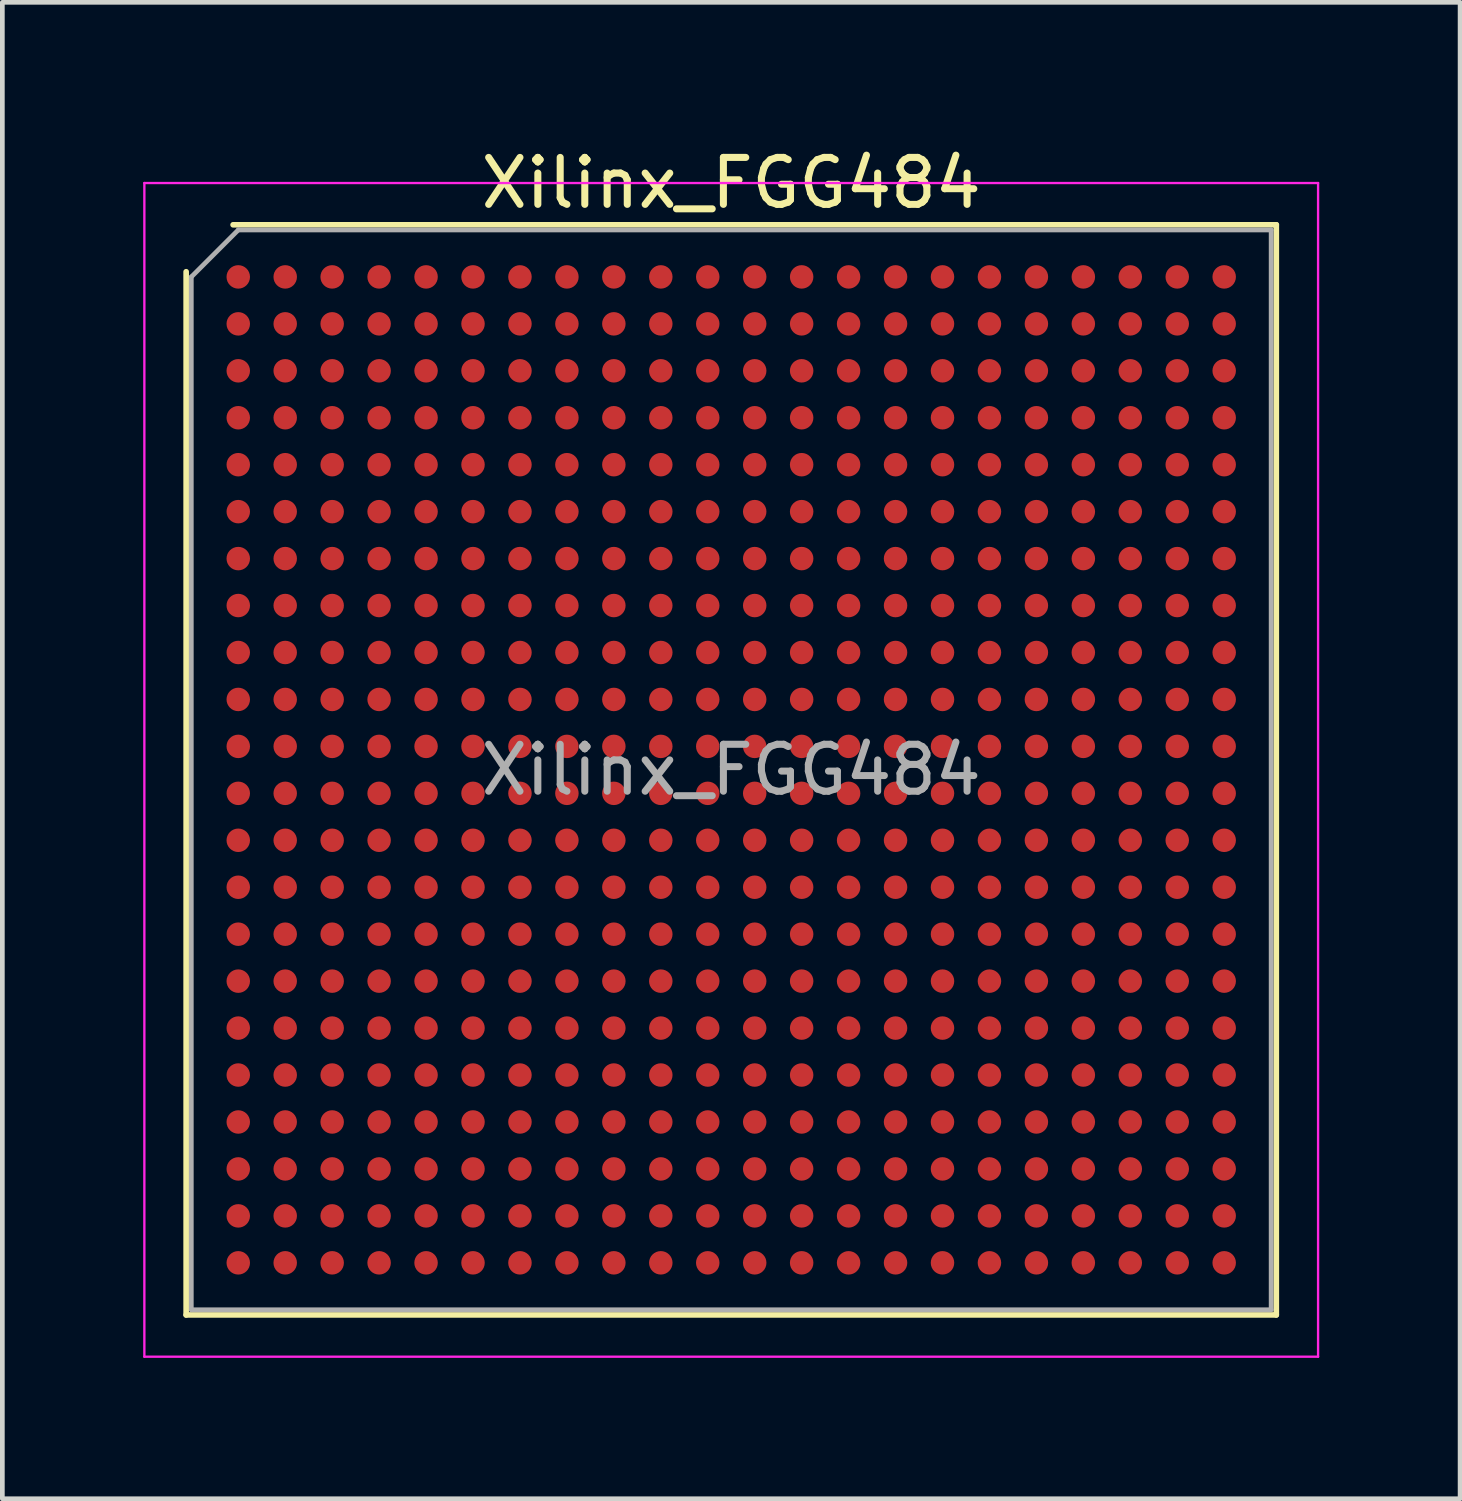
<source format=kicad_pcb>
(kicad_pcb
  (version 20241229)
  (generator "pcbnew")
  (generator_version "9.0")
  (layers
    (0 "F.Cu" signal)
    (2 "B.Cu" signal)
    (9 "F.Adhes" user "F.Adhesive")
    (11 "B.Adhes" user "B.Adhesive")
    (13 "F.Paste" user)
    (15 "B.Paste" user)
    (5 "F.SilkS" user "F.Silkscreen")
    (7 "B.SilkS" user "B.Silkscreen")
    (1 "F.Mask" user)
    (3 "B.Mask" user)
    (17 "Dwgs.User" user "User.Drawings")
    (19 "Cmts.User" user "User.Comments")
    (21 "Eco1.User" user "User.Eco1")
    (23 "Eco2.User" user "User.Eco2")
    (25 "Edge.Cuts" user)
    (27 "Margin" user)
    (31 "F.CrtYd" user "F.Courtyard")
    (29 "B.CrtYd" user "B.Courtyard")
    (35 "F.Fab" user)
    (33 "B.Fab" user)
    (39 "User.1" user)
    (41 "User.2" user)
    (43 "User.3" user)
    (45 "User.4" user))
  (footprint "Xilinx_FGG484"
    (layer "F.Cu")
    (at 12.525 13.348)
    (property "Reference" "Xilinx_FGG484" (at 0 -12.5 0) (layer "F.SilkS") (effects (font (size 1 1) (thickness 0.15))))
    (attr smd)
    (fp_line (start -11.61 11.61) (end -11.61 -10.61) (stroke (width 0.12) (type solid)) (layer "F.SilkS"))
    (fp_line (start -10.61 -11.61) (end 11.61 -11.61) (stroke (width 0.12) (type solid)) (layer "F.SilkS"))
    (fp_line (start 11.61 -11.61) (end 11.61 11.61) (stroke (width 0.12) (type solid)) (layer "F.SilkS"))
    (fp_line (start 11.61 11.61) (end -11.61 11.61) (stroke (width 0.12) (type solid)) (layer "F.SilkS"))
    (fp_line (start -12.5 -12.5) (end -12.5 12.5) (stroke (width 0.05) (type solid)) (layer "F.CrtYd"))
    (fp_line (start -12.5 12.5) (end 12.5 12.5) (stroke (width 0.05) (type solid)) (layer "F.CrtYd"))
    (fp_line (start 12.5 -12.5) (end -12.5 -12.5) (stroke (width 0.05) (type solid)) (layer "F.CrtYd"))
    (fp_line (start 12.5 12.5) (end 12.5 -12.5) (stroke (width 0.05) (type solid)) (layer "F.CrtYd"))
    (fp_line (start -11.5 -10.5) (end -10.5 -11.5) (stroke (width 0.1) (type solid)) (layer "F.Fab"))
    (fp_line (start -11.5 11.5) (end -11.5 -10.5) (stroke (width 0.1) (type solid)) (layer "F.Fab"))
    (fp_line (start -10.5 -11.5) (end 11.5 -11.5) (stroke (width 0.1) (type solid)) (layer "F.Fab"))
    (fp_line (start 11.5 -11.5) (end 11.5 11.5) (stroke (width 0.1) (type solid)) (layer "F.Fab"))
    (fp_line (start 11.5 11.5) (end -11.5 11.5) (stroke (width 0.1) (type solid)) (layer "F.Fab"))
    (fp_text user "${REFERENCE}" (at 0 0 0) (layer "F.Fab") (effects (font (size 1 1) (thickness 0.15))))
    (pad "A1" smd circle (at -10.5 -10.5) (size 0.5 0.5) (layers "F.Cu" "F.Mask" "F.Paste"))
    (pad "A2" smd circle (at -9.5 -10.5) (size 0.5 0.5) (layers "F.Cu" "F.Mask" "F.Paste"))
    (pad "A3" smd circle (at -8.5 -10.5) (size 0.5 0.5) (layers "F.Cu" "F.Mask" "F.Paste"))
    (pad "A4" smd circle (at -7.5 -10.5) (size 0.5 0.5) (layers "F.Cu" "F.Mask" "F.Paste"))
    (pad "A5" smd circle (at -6.5 -10.5) (size 0.5 0.5) (layers "F.Cu" "F.Mask" "F.Paste"))
    (pad "A6" smd circle (at -5.5 -10.5) (size 0.5 0.5) (layers "F.Cu" "F.Mask" "F.Paste"))
    (pad "A7" smd circle (at -4.5 -10.5) (size 0.5 0.5) (layers "F.Cu" "F.Mask" "F.Paste"))
    (pad "A8" smd circle (at -3.5 -10.5) (size 0.5 0.5) (layers "F.Cu" "F.Mask" "F.Paste"))
    (pad "A9" smd circle (at -2.5 -10.5) (size 0.5 0.5) (layers "F.Cu" "F.Mask" "F.Paste"))
    (pad "A10" smd circle (at -1.5 -10.5) (size 0.5 0.5) (layers "F.Cu" "F.Mask" "F.Paste"))
    (pad "A11" smd circle (at -0.5 -10.5) (size 0.5 0.5) (layers "F.Cu" "F.Mask" "F.Paste"))
    (pad "A12" smd circle (at 0.5 -10.5) (size 0.5 0.5) (layers "F.Cu" "F.Mask" "F.Paste"))
    (pad "A13" smd circle (at 1.5 -10.5) (size 0.5 0.5) (layers "F.Cu" "F.Mask" "F.Paste"))
    (pad "A14" smd circle (at 2.5 -10.5) (size 0.5 0.5) (layers "F.Cu" "F.Mask" "F.Paste"))
    (pad "A15" smd circle (at 3.5 -10.5) (size 0.5 0.5) (layers "F.Cu" "F.Mask" "F.Paste"))
    (pad "A16" smd circle (at 4.5 -10.5) (size 0.5 0.5) (layers "F.Cu" "F.Mask" "F.Paste"))
    (pad "A17" smd circle (at 5.5 -10.5) (size 0.5 0.5) (layers "F.Cu" "F.Mask" "F.Paste"))
    (pad "A18" smd circle (at 6.5 -10.5) (size 0.5 0.5) (layers "F.Cu" "F.Mask" "F.Paste"))
    (pad "A19" smd circle (at 7.5 -10.5) (size 0.5 0.5) (layers "F.Cu" "F.Mask" "F.Paste"))
    (pad "A20" smd circle (at 8.5 -10.5) (size 0.5 0.5) (layers "F.Cu" "F.Mask" "F.Paste"))
    (pad "A21" smd circle (at 9.5 -10.5) (size 0.5 0.5) (layers "F.Cu" "F.Mask" "F.Paste"))
    (pad "A22" smd circle (at 10.5 -10.5) (size 0.5 0.5) (layers "F.Cu" "F.Mask" "F.Paste"))
    (pad "AA1" smd circle (at -10.5 9.5) (size 0.5 0.5) (layers "F.Cu" "F.Mask" "F.Paste"))
    (pad "AA2" smd circle (at -9.5 9.5) (size 0.5 0.5) (layers "F.Cu" "F.Mask" "F.Paste"))
    (pad "AA3" smd circle (at -8.5 9.5) (size 0.5 0.5) (layers "F.Cu" "F.Mask" "F.Paste"))
    (pad "AA4" smd circle (at -7.5 9.5) (size 0.5 0.5) (layers "F.Cu" "F.Mask" "F.Paste"))
    (pad "AA5" smd circle (at -6.5 9.5) (size 0.5 0.5) (layers "F.Cu" "F.Mask" "F.Paste"))
    (pad "AA6" smd circle (at -5.5 9.5) (size 0.5 0.5) (layers "F.Cu" "F.Mask" "F.Paste"))
    (pad "AA7" smd circle (at -4.5 9.5) (size 0.5 0.5) (layers "F.Cu" "F.Mask" "F.Paste"))
    (pad "AA8" smd circle (at -3.5 9.5) (size 0.5 0.5) (layers "F.Cu" "F.Mask" "F.Paste"))
    (pad "AA9" smd circle (at -2.5 9.5) (size 0.5 0.5) (layers "F.Cu" "F.Mask" "F.Paste"))
    (pad "AA10" smd circle (at -1.5 9.5) (size 0.5 0.5) (layers "F.Cu" "F.Mask" "F.Paste"))
    (pad "AA11" smd circle (at -0.5 9.5) (size 0.5 0.5) (layers "F.Cu" "F.Mask" "F.Paste"))
    (pad "AA12" smd circle (at 0.5 9.5) (size 0.5 0.5) (layers "F.Cu" "F.Mask" "F.Paste"))
    (pad "AA13" smd circle (at 1.5 9.5) (size 0.5 0.5) (layers "F.Cu" "F.Mask" "F.Paste"))
    (pad "AA14" smd circle (at 2.5 9.5) (size 0.5 0.5) (layers "F.Cu" "F.Mask" "F.Paste"))
    (pad "AA15" smd circle (at 3.5 9.5) (size 0.5 0.5) (layers "F.Cu" "F.Mask" "F.Paste"))
    (pad "AA16" smd circle (at 4.5 9.5) (size 0.5 0.5) (layers "F.Cu" "F.Mask" "F.Paste"))
    (pad "AA17" smd circle (at 5.5 9.5) (size 0.5 0.5) (layers "F.Cu" "F.Mask" "F.Paste"))
    (pad "AA18" smd circle (at 6.5 9.5) (size 0.5 0.5) (layers "F.Cu" "F.Mask" "F.Paste"))
    (pad "AA19" smd circle (at 7.5 9.5) (size 0.5 0.5) (layers "F.Cu" "F.Mask" "F.Paste"))
    (pad "AA20" smd circle (at 8.5 9.5) (size 0.5 0.5) (layers "F.Cu" "F.Mask" "F.Paste"))
    (pad "AA21" smd circle (at 9.5 9.5) (size 0.5 0.5) (layers "F.Cu" "F.Mask" "F.Paste"))
    (pad "AA22" smd circle (at 10.5 9.5) (size 0.5 0.5) (layers "F.Cu" "F.Mask" "F.Paste"))
    (pad "AB1" smd circle (at -10.5 10.5) (size 0.5 0.5) (layers "F.Cu" "F.Mask" "F.Paste"))
    (pad "AB2" smd circle (at -9.5 10.5) (size 0.5 0.5) (layers "F.Cu" "F.Mask" "F.Paste"))
    (pad "AB3" smd circle (at -8.5 10.5) (size 0.5 0.5) (layers "F.Cu" "F.Mask" "F.Paste"))
    (pad "AB4" smd circle (at -7.5 10.5) (size 0.5 0.5) (layers "F.Cu" "F.Mask" "F.Paste"))
    (pad "AB5" smd circle (at -6.5 10.5) (size 0.5 0.5) (layers "F.Cu" "F.Mask" "F.Paste"))
    (pad "AB6" smd circle (at -5.5 10.5) (size 0.5 0.5) (layers "F.Cu" "F.Mask" "F.Paste"))
    (pad "AB7" smd circle (at -4.5 10.5) (size 0.5 0.5) (layers "F.Cu" "F.Mask" "F.Paste"))
    (pad "AB8" smd circle (at -3.5 10.5) (size 0.5 0.5) (layers "F.Cu" "F.Mask" "F.Paste"))
    (pad "AB9" smd circle (at -2.5 10.5) (size 0.5 0.5) (layers "F.Cu" "F.Mask" "F.Paste"))
    (pad "AB10" smd circle (at -1.5 10.5) (size 0.5 0.5) (layers "F.Cu" "F.Mask" "F.Paste"))
    (pad "AB11" smd circle (at -0.5 10.5) (size 0.5 0.5) (layers "F.Cu" "F.Mask" "F.Paste"))
    (pad "AB12" smd circle (at 0.5 10.5) (size 0.5 0.5) (layers "F.Cu" "F.Mask" "F.Paste"))
    (pad "AB13" smd circle (at 1.5 10.5) (size 0.5 0.5) (layers "F.Cu" "F.Mask" "F.Paste"))
    (pad "AB14" smd circle (at 2.5 10.5) (size 0.5 0.5) (layers "F.Cu" "F.Mask" "F.Paste"))
    (pad "AB15" smd circle (at 3.5 10.5) (size 0.5 0.5) (layers "F.Cu" "F.Mask" "F.Paste"))
    (pad "AB16" smd circle (at 4.5 10.5) (size 0.5 0.5) (layers "F.Cu" "F.Mask" "F.Paste"))
    (pad "AB17" smd circle (at 5.5 10.5) (size 0.5 0.5) (layers "F.Cu" "F.Mask" "F.Paste"))
    (pad "AB18" smd circle (at 6.5 10.5) (size 0.5 0.5) (layers "F.Cu" "F.Mask" "F.Paste"))
    (pad "AB19" smd circle (at 7.5 10.5) (size 0.5 0.5) (layers "F.Cu" "F.Mask" "F.Paste"))
    (pad "AB20" smd circle (at 8.5 10.5) (size 0.5 0.5) (layers "F.Cu" "F.Mask" "F.Paste"))
    (pad "AB21" smd circle (at 9.5 10.5) (size 0.5 0.5) (layers "F.Cu" "F.Mask" "F.Paste"))
    (pad "AB22" smd circle (at 10.5 10.5) (size 0.5 0.5) (layers "F.Cu" "F.Mask" "F.Paste"))
    (pad "B1" smd circle (at -10.5 -9.5) (size 0.5 0.5) (layers "F.Cu" "F.Mask" "F.Paste"))
    (pad "B2" smd circle (at -9.5 -9.5) (size 0.5 0.5) (layers "F.Cu" "F.Mask" "F.Paste"))
    (pad "B3" smd circle (at -8.5 -9.5) (size 0.5 0.5) (layers "F.Cu" "F.Mask" "F.Paste"))
    (pad "B4" smd circle (at -7.5 -9.5) (size 0.5 0.5) (layers "F.Cu" "F.Mask" "F.Paste"))
    (pad "B5" smd circle (at -6.5 -9.5) (size 0.5 0.5) (layers "F.Cu" "F.Mask" "F.Paste"))
    (pad "B6" smd circle (at -5.5 -9.5) (size 0.5 0.5) (layers "F.Cu" "F.Mask" "F.Paste"))
    (pad "B7" smd circle (at -4.5 -9.5) (size 0.5 0.5) (layers "F.Cu" "F.Mask" "F.Paste"))
    (pad "B8" smd circle (at -3.5 -9.5) (size 0.5 0.5) (layers "F.Cu" "F.Mask" "F.Paste"))
    (pad "B9" smd circle (at -2.5 -9.5) (size 0.5 0.5) (layers "F.Cu" "F.Mask" "F.Paste"))
    (pad "B10" smd circle (at -1.5 -9.5) (size 0.5 0.5) (layers "F.Cu" "F.Mask" "F.Paste"))
    (pad "B11" smd circle (at -0.5 -9.5) (size 0.5 0.5) (layers "F.Cu" "F.Mask" "F.Paste"))
    (pad "B12" smd circle (at 0.5 -9.5) (size 0.5 0.5) (layers "F.Cu" "F.Mask" "F.Paste"))
    (pad "B13" smd circle (at 1.5 -9.5) (size 0.5 0.5) (layers "F.Cu" "F.Mask" "F.Paste"))
    (pad "B14" smd circle (at 2.5 -9.5) (size 0.5 0.5) (layers "F.Cu" "F.Mask" "F.Paste"))
    (pad "B15" smd circle (at 3.5 -9.5) (size 0.5 0.5) (layers "F.Cu" "F.Mask" "F.Paste"))
    (pad "B16" smd circle (at 4.5 -9.5) (size 0.5 0.5) (layers "F.Cu" "F.Mask" "F.Paste"))
    (pad "B17" smd circle (at 5.5 -9.5) (size 0.5 0.5) (layers "F.Cu" "F.Mask" "F.Paste"))
    (pad "B18" smd circle (at 6.5 -9.5) (size 0.5 0.5) (layers "F.Cu" "F.Mask" "F.Paste"))
    (pad "B19" smd circle (at 7.5 -9.5) (size 0.5 0.5) (layers "F.Cu" "F.Mask" "F.Paste"))
    (pad "B20" smd circle (at 8.5 -9.5) (size 0.5 0.5) (layers "F.Cu" "F.Mask" "F.Paste"))
    (pad "B21" smd circle (at 9.5 -9.5) (size 0.5 0.5) (layers "F.Cu" "F.Mask" "F.Paste"))
    (pad "B22" smd circle (at 10.5 -9.5) (size 0.5 0.5) (layers "F.Cu" "F.Mask" "F.Paste"))
    (pad "C1" smd circle (at -10.5 -8.5) (size 0.5 0.5) (layers "F.Cu" "F.Mask" "F.Paste"))
    (pad "C2" smd circle (at -9.5 -8.5) (size 0.5 0.5) (layers "F.Cu" "F.Mask" "F.Paste"))
    (pad "C3" smd circle (at -8.5 -8.5) (size 0.5 0.5) (layers "F.Cu" "F.Mask" "F.Paste"))
    (pad "C4" smd circle (at -7.5 -8.5) (size 0.5 0.5) (layers "F.Cu" "F.Mask" "F.Paste"))
    (pad "C5" smd circle (at -6.5 -8.5) (size 0.5 0.5) (layers "F.Cu" "F.Mask" "F.Paste"))
    (pad "C6" smd circle (at -5.5 -8.5) (size 0.5 0.5) (layers "F.Cu" "F.Mask" "F.Paste"))
    (pad "C7" smd circle (at -4.5 -8.5) (size 0.5 0.5) (layers "F.Cu" "F.Mask" "F.Paste"))
    (pad "C8" smd circle (at -3.5 -8.5) (size 0.5 0.5) (layers "F.Cu" "F.Mask" "F.Paste"))
    (pad "C9" smd circle (at -2.5 -8.5) (size 0.5 0.5) (layers "F.Cu" "F.Mask" "F.Paste"))
    (pad "C10" smd circle (at -1.5 -8.5) (size 0.5 0.5) (layers "F.Cu" "F.Mask" "F.Paste"))
    (pad "C11" smd circle (at -0.5 -8.5) (size 0.5 0.5) (layers "F.Cu" "F.Mask" "F.Paste"))
    (pad "C12" smd circle (at 0.5 -8.5) (size 0.5 0.5) (layers "F.Cu" "F.Mask" "F.Paste"))
    (pad "C13" smd circle (at 1.5 -8.5) (size 0.5 0.5) (layers "F.Cu" "F.Mask" "F.Paste"))
    (pad "C14" smd circle (at 2.5 -8.5) (size 0.5 0.5) (layers "F.Cu" "F.Mask" "F.Paste"))
    (pad "C15" smd circle (at 3.5 -8.5) (size 0.5 0.5) (layers "F.Cu" "F.Mask" "F.Paste"))
    (pad "C16" smd circle (at 4.5 -8.5) (size 0.5 0.5) (layers "F.Cu" "F.Mask" "F.Paste"))
    (pad "C17" smd circle (at 5.5 -8.5) (size 0.5 0.5) (layers "F.Cu" "F.Mask" "F.Paste"))
    (pad "C18" smd circle (at 6.5 -8.5) (size 0.5 0.5) (layers "F.Cu" "F.Mask" "F.Paste"))
    (pad "C19" smd circle (at 7.5 -8.5) (size 0.5 0.5) (layers "F.Cu" "F.Mask" "F.Paste"))
    (pad "C20" smd circle (at 8.5 -8.5) (size 0.5 0.5) (layers "F.Cu" "F.Mask" "F.Paste"))
    (pad "C21" smd circle (at 9.5 -8.5) (size 0.5 0.5) (layers "F.Cu" "F.Mask" "F.Paste"))
    (pad "C22" smd circle (at 10.5 -8.5) (size 0.5 0.5) (layers "F.Cu" "F.Mask" "F.Paste"))
    (pad "D1" smd circle (at -10.5 -7.5) (size 0.5 0.5) (layers "F.Cu" "F.Mask" "F.Paste"))
    (pad "D2" smd circle (at -9.5 -7.5) (size 0.5 0.5) (layers "F.Cu" "F.Mask" "F.Paste"))
    (pad "D3" smd circle (at -8.5 -7.5) (size 0.5 0.5) (layers "F.Cu" "F.Mask" "F.Paste"))
    (pad "D4" smd circle (at -7.5 -7.5) (size 0.5 0.5) (layers "F.Cu" "F.Mask" "F.Paste"))
    (pad "D5" smd circle (at -6.5 -7.5) (size 0.5 0.5) (layers "F.Cu" "F.Mask" "F.Paste"))
    (pad "D6" smd circle (at -5.5 -7.5) (size 0.5 0.5) (layers "F.Cu" "F.Mask" "F.Paste"))
    (pad "D7" smd circle (at -4.5 -7.5) (size 0.5 0.5) (layers "F.Cu" "F.Mask" "F.Paste"))
    (pad "D8" smd circle (at -3.5 -7.5) (size 0.5 0.5) (layers "F.Cu" "F.Mask" "F.Paste"))
    (pad "D9" smd circle (at -2.5 -7.5) (size 0.5 0.5) (layers "F.Cu" "F.Mask" "F.Paste"))
    (pad "D10" smd circle (at -1.5 -7.5) (size 0.5 0.5) (layers "F.Cu" "F.Mask" "F.Paste"))
    (pad "D11" smd circle (at -0.5 -7.5) (size 0.5 0.5) (layers "F.Cu" "F.Mask" "F.Paste"))
    (pad "D12" smd circle (at 0.5 -7.5) (size 0.5 0.5) (layers "F.Cu" "F.Mask" "F.Paste"))
    (pad "D13" smd circle (at 1.5 -7.5) (size 0.5 0.5) (layers "F.Cu" "F.Mask" "F.Paste"))
    (pad "D14" smd circle (at 2.5 -7.5) (size 0.5 0.5) (layers "F.Cu" "F.Mask" "F.Paste"))
    (pad "D15" smd circle (at 3.5 -7.5) (size 0.5 0.5) (layers "F.Cu" "F.Mask" "F.Paste"))
    (pad "D16" smd circle (at 4.5 -7.5) (size 0.5 0.5) (layers "F.Cu" "F.Mask" "F.Paste"))
    (pad "D17" smd circle (at 5.5 -7.5) (size 0.5 0.5) (layers "F.Cu" "F.Mask" "F.Paste"))
    (pad "D18" smd circle (at 6.5 -7.5) (size 0.5 0.5) (layers "F.Cu" "F.Mask" "F.Paste"))
    (pad "D19" smd circle (at 7.5 -7.5) (size 0.5 0.5) (layers "F.Cu" "F.Mask" "F.Paste"))
    (pad "D20" smd circle (at 8.5 -7.5) (size 0.5 0.5) (layers "F.Cu" "F.Mask" "F.Paste"))
    (pad "D21" smd circle (at 9.5 -7.5) (size 0.5 0.5) (layers "F.Cu" "F.Mask" "F.Paste"))
    (pad "D22" smd circle (at 10.5 -7.5) (size 0.5 0.5) (layers "F.Cu" "F.Mask" "F.Paste"))
    (pad "E1" smd circle (at -10.5 -6.5) (size 0.5 0.5) (layers "F.Cu" "F.Mask" "F.Paste"))
    (pad "E2" smd circle (at -9.5 -6.5) (size 0.5 0.5) (layers "F.Cu" "F.Mask" "F.Paste"))
    (pad "E3" smd circle (at -8.5 -6.5) (size 0.5 0.5) (layers "F.Cu" "F.Mask" "F.Paste"))
    (pad "E4" smd circle (at -7.5 -6.5) (size 0.5 0.5) (layers "F.Cu" "F.Mask" "F.Paste"))
    (pad "E5" smd circle (at -6.5 -6.5) (size 0.5 0.5) (layers "F.Cu" "F.Mask" "F.Paste"))
    (pad "E6" smd circle (at -5.5 -6.5) (size 0.5 0.5) (layers "F.Cu" "F.Mask" "F.Paste"))
    (pad "E7" smd circle (at -4.5 -6.5) (size 0.5 0.5) (layers "F.Cu" "F.Mask" "F.Paste"))
    (pad "E8" smd circle (at -3.5 -6.5) (size 0.5 0.5) (layers "F.Cu" "F.Mask" "F.Paste"))
    (pad "E9" smd circle (at -2.5 -6.5) (size 0.5 0.5) (layers "F.Cu" "F.Mask" "F.Paste"))
    (pad "E10" smd circle (at -1.5 -6.5) (size 0.5 0.5) (layers "F.Cu" "F.Mask" "F.Paste"))
    (pad "E11" smd circle (at -0.5 -6.5) (size 0.5 0.5) (layers "F.Cu" "F.Mask" "F.Paste"))
    (pad "E12" smd circle (at 0.5 -6.5) (size 0.5 0.5) (layers "F.Cu" "F.Mask" "F.Paste"))
    (pad "E13" smd circle (at 1.5 -6.5) (size 0.5 0.5) (layers "F.Cu" "F.Mask" "F.Paste"))
    (pad "E14" smd circle (at 2.5 -6.5) (size 0.5 0.5) (layers "F.Cu" "F.Mask" "F.Paste"))
    (pad "E15" smd circle (at 3.5 -6.5) (size 0.5 0.5) (layers "F.Cu" "F.Mask" "F.Paste"))
    (pad "E16" smd circle (at 4.5 -6.5) (size 0.5 0.5) (layers "F.Cu" "F.Mask" "F.Paste"))
    (pad "E17" smd circle (at 5.5 -6.5) (size 0.5 0.5) (layers "F.Cu" "F.Mask" "F.Paste"))
    (pad "E18" smd circle (at 6.5 -6.5) (size 0.5 0.5) (layers "F.Cu" "F.Mask" "F.Paste"))
    (pad "E19" smd circle (at 7.5 -6.5) (size 0.5 0.5) (layers "F.Cu" "F.Mask" "F.Paste"))
    (pad "E20" smd circle (at 8.5 -6.5) (size 0.5 0.5) (layers "F.Cu" "F.Mask" "F.Paste"))
    (pad "E21" smd circle (at 9.5 -6.5) (size 0.5 0.5) (layers "F.Cu" "F.Mask" "F.Paste"))
    (pad "E22" smd circle (at 10.5 -6.5) (size 0.5 0.5) (layers "F.Cu" "F.Mask" "F.Paste"))
    (pad "F1" smd circle (at -10.5 -5.5) (size 0.5 0.5) (layers "F.Cu" "F.Mask" "F.Paste"))
    (pad "F2" smd circle (at -9.5 -5.5) (size 0.5 0.5) (layers "F.Cu" "F.Mask" "F.Paste"))
    (pad "F3" smd circle (at -8.5 -5.5) (size 0.5 0.5) (layers "F.Cu" "F.Mask" "F.Paste"))
    (pad "F4" smd circle (at -7.5 -5.5) (size 0.5 0.5) (layers "F.Cu" "F.Mask" "F.Paste"))
    (pad "F5" smd circle (at -6.5 -5.5) (size 0.5 0.5) (layers "F.Cu" "F.Mask" "F.Paste"))
    (pad "F6" smd circle (at -5.5 -5.5) (size 0.5 0.5) (layers "F.Cu" "F.Mask" "F.Paste"))
    (pad "F7" smd circle (at -4.5 -5.5) (size 0.5 0.5) (layers "F.Cu" "F.Mask" "F.Paste"))
    (pad "F8" smd circle (at -3.5 -5.5) (size 0.5 0.5) (layers "F.Cu" "F.Mask" "F.Paste"))
    (pad "F9" smd circle (at -2.5 -5.5) (size 0.5 0.5) (layers "F.Cu" "F.Mask" "F.Paste"))
    (pad "F10" smd circle (at -1.5 -5.5) (size 0.5 0.5) (layers "F.Cu" "F.Mask" "F.Paste"))
    (pad "F11" smd circle (at -0.5 -5.5) (size 0.5 0.5) (layers "F.Cu" "F.Mask" "F.Paste"))
    (pad "F12" smd circle (at 0.5 -5.5) (size 0.5 0.5) (layers "F.Cu" "F.Mask" "F.Paste"))
    (pad "F13" smd circle (at 1.5 -5.5) (size 0.5 0.5) (layers "F.Cu" "F.Mask" "F.Paste"))
    (pad "F14" smd circle (at 2.5 -5.5) (size 0.5 0.5) (layers "F.Cu" "F.Mask" "F.Paste"))
    (pad "F15" smd circle (at 3.5 -5.5) (size 0.5 0.5) (layers "F.Cu" "F.Mask" "F.Paste"))
    (pad "F16" smd circle (at 4.5 -5.5) (size 0.5 0.5) (layers "F.Cu" "F.Mask" "F.Paste"))
    (pad "F17" smd circle (at 5.5 -5.5) (size 0.5 0.5) (layers "F.Cu" "F.Mask" "F.Paste"))
    (pad "F18" smd circle (at 6.5 -5.5) (size 0.5 0.5) (layers "F.Cu" "F.Mask" "F.Paste"))
    (pad "F19" smd circle (at 7.5 -5.5) (size 0.5 0.5) (layers "F.Cu" "F.Mask" "F.Paste"))
    (pad "F20" smd circle (at 8.5 -5.5) (size 0.5 0.5) (layers "F.Cu" "F.Mask" "F.Paste"))
    (pad "F21" smd circle (at 9.5 -5.5) (size 0.5 0.5) (layers "F.Cu" "F.Mask" "F.Paste"))
    (pad "F22" smd circle (at 10.5 -5.5) (size 0.5 0.5) (layers "F.Cu" "F.Mask" "F.Paste"))
    (pad "G1" smd circle (at -10.5 -4.5) (size 0.5 0.5) (layers "F.Cu" "F.Mask" "F.Paste"))
    (pad "G2" smd circle (at -9.5 -4.5) (size 0.5 0.5) (layers "F.Cu" "F.Mask" "F.Paste"))
    (pad "G3" smd circle (at -8.5 -4.5) (size 0.5 0.5) (layers "F.Cu" "F.Mask" "F.Paste"))
    (pad "G4" smd circle (at -7.5 -4.5) (size 0.5 0.5) (layers "F.Cu" "F.Mask" "F.Paste"))
    (pad "G5" smd circle (at -6.5 -4.5) (size 0.5 0.5) (layers "F.Cu" "F.Mask" "F.Paste"))
    (pad "G6" smd circle (at -5.5 -4.5) (size 0.5 0.5) (layers "F.Cu" "F.Mask" "F.Paste"))
    (pad "G7" smd circle (at -4.5 -4.5) (size 0.5 0.5) (layers "F.Cu" "F.Mask" "F.Paste"))
    (pad "G8" smd circle (at -3.5 -4.5) (size 0.5 0.5) (layers "F.Cu" "F.Mask" "F.Paste"))
    (pad "G9" smd circle (at -2.5 -4.5) (size 0.5 0.5) (layers "F.Cu" "F.Mask" "F.Paste"))
    (pad "G10" smd circle (at -1.5 -4.5) (size 0.5 0.5) (layers "F.Cu" "F.Mask" "F.Paste"))
    (pad "G11" smd circle (at -0.5 -4.5) (size 0.5 0.5) (layers "F.Cu" "F.Mask" "F.Paste"))
    (pad "G12" smd circle (at 0.5 -4.5) (size 0.5 0.5) (layers "F.Cu" "F.Mask" "F.Paste"))
    (pad "G13" smd circle (at 1.5 -4.5) (size 0.5 0.5) (layers "F.Cu" "F.Mask" "F.Paste"))
    (pad "G14" smd circle (at 2.5 -4.5) (size 0.5 0.5) (layers "F.Cu" "F.Mask" "F.Paste"))
    (pad "G15" smd circle (at 3.5 -4.5) (size 0.5 0.5) (layers "F.Cu" "F.Mask" "F.Paste"))
    (pad "G16" smd circle (at 4.5 -4.5) (size 0.5 0.5) (layers "F.Cu" "F.Mask" "F.Paste"))
    (pad "G17" smd circle (at 5.5 -4.5) (size 0.5 0.5) (layers "F.Cu" "F.Mask" "F.Paste"))
    (pad "G18" smd circle (at 6.5 -4.5) (size 0.5 0.5) (layers "F.Cu" "F.Mask" "F.Paste"))
    (pad "G19" smd circle (at 7.5 -4.5) (size 0.5 0.5) (layers "F.Cu" "F.Mask" "F.Paste"))
    (pad "G20" smd circle (at 8.5 -4.5) (size 0.5 0.5) (layers "F.Cu" "F.Mask" "F.Paste"))
    (pad "G21" smd circle (at 9.5 -4.5) (size 0.5 0.5) (layers "F.Cu" "F.Mask" "F.Paste"))
    (pad "G22" smd circle (at 10.5 -4.5) (size 0.5 0.5) (layers "F.Cu" "F.Mask" "F.Paste"))
    (pad "H1" smd circle (at -10.5 -3.5) (size 0.5 0.5) (layers "F.Cu" "F.Mask" "F.Paste"))
    (pad "H2" smd circle (at -9.5 -3.5) (size 0.5 0.5) (layers "F.Cu" "F.Mask" "F.Paste"))
    (pad "H3" smd circle (at -8.5 -3.5) (size 0.5 0.5) (layers "F.Cu" "F.Mask" "F.Paste"))
    (pad "H4" smd circle (at -7.5 -3.5) (size 0.5 0.5) (layers "F.Cu" "F.Mask" "F.Paste"))
    (pad "H5" smd circle (at -6.5 -3.5) (size 0.5 0.5) (layers "F.Cu" "F.Mask" "F.Paste"))
    (pad "H6" smd circle (at -5.5 -3.5) (size 0.5 0.5) (layers "F.Cu" "F.Mask" "F.Paste"))
    (pad "H7" smd circle (at -4.5 -3.5) (size 0.5 0.5) (layers "F.Cu" "F.Mask" "F.Paste"))
    (pad "H8" smd circle (at -3.5 -3.5) (size 0.5 0.5) (layers "F.Cu" "F.Mask" "F.Paste"))
    (pad "H9" smd circle (at -2.5 -3.5) (size 0.5 0.5) (layers "F.Cu" "F.Mask" "F.Paste"))
    (pad "H10" smd circle (at -1.5 -3.5) (size 0.5 0.5) (layers "F.Cu" "F.Mask" "F.Paste"))
    (pad "H11" smd circle (at -0.5 -3.5) (size 0.5 0.5) (layers "F.Cu" "F.Mask" "F.Paste"))
    (pad "H12" smd circle (at 0.5 -3.5) (size 0.5 0.5) (layers "F.Cu" "F.Mask" "F.Paste"))
    (pad "H13" smd circle (at 1.5 -3.5) (size 0.5 0.5) (layers "F.Cu" "F.Mask" "F.Paste"))
    (pad "H14" smd circle (at 2.5 -3.5) (size 0.5 0.5) (layers "F.Cu" "F.Mask" "F.Paste"))
    (pad "H15" smd circle (at 3.5 -3.5) (size 0.5 0.5) (layers "F.Cu" "F.Mask" "F.Paste"))
    (pad "H16" smd circle (at 4.5 -3.5) (size 0.5 0.5) (layers "F.Cu" "F.Mask" "F.Paste"))
    (pad "H17" smd circle (at 5.5 -3.5) (size 0.5 0.5) (layers "F.Cu" "F.Mask" "F.Paste"))
    (pad "H18" smd circle (at 6.5 -3.5) (size 0.5 0.5) (layers "F.Cu" "F.Mask" "F.Paste"))
    (pad "H19" smd circle (at 7.5 -3.5) (size 0.5 0.5) (layers "F.Cu" "F.Mask" "F.Paste"))
    (pad "H20" smd circle (at 8.5 -3.5) (size 0.5 0.5) (layers "F.Cu" "F.Mask" "F.Paste"))
    (pad "H21" smd circle (at 9.5 -3.5) (size 0.5 0.5) (layers "F.Cu" "F.Mask" "F.Paste"))
    (pad "H22" smd circle (at 10.5 -3.5) (size 0.5 0.5) (layers "F.Cu" "F.Mask" "F.Paste"))
    (pad "J1" smd circle (at -10.5 -2.5) (size 0.5 0.5) (layers "F.Cu" "F.Mask" "F.Paste"))
    (pad "J2" smd circle (at -9.5 -2.5) (size 0.5 0.5) (layers "F.Cu" "F.Mask" "F.Paste"))
    (pad "J3" smd circle (at -8.5 -2.5) (size 0.5 0.5) (layers "F.Cu" "F.Mask" "F.Paste"))
    (pad "J4" smd circle (at -7.5 -2.5) (size 0.5 0.5) (layers "F.Cu" "F.Mask" "F.Paste"))
    (pad "J5" smd circle (at -6.5 -2.5) (size 0.5 0.5) (layers "F.Cu" "F.Mask" "F.Paste"))
    (pad "J6" smd circle (at -5.5 -2.5) (size 0.5 0.5) (layers "F.Cu" "F.Mask" "F.Paste"))
    (pad "J7" smd circle (at -4.5 -2.5) (size 0.5 0.5) (layers "F.Cu" "F.Mask" "F.Paste"))
    (pad "J8" smd circle (at -3.5 -2.5) (size 0.5 0.5) (layers "F.Cu" "F.Mask" "F.Paste"))
    (pad "J9" smd circle (at -2.5 -2.5) (size 0.5 0.5) (layers "F.Cu" "F.Mask" "F.Paste"))
    (pad "J10" smd circle (at -1.5 -2.5) (size 0.5 0.5) (layers "F.Cu" "F.Mask" "F.Paste"))
    (pad "J11" smd circle (at -0.5 -2.5) (size 0.5 0.5) (layers "F.Cu" "F.Mask" "F.Paste"))
    (pad "J12" smd circle (at 0.5 -2.5) (size 0.5 0.5) (layers "F.Cu" "F.Mask" "F.Paste"))
    (pad "J13" smd circle (at 1.5 -2.5) (size 0.5 0.5) (layers "F.Cu" "F.Mask" "F.Paste"))
    (pad "J14" smd circle (at 2.5 -2.5) (size 0.5 0.5) (layers "F.Cu" "F.Mask" "F.Paste"))
    (pad "J15" smd circle (at 3.5 -2.5) (size 0.5 0.5) (layers "F.Cu" "F.Mask" "F.Paste"))
    (pad "J16" smd circle (at 4.5 -2.5) (size 0.5 0.5) (layers "F.Cu" "F.Mask" "F.Paste"))
    (pad "J17" smd circle (at 5.5 -2.5) (size 0.5 0.5) (layers "F.Cu" "F.Mask" "F.Paste"))
    (pad "J18" smd circle (at 6.5 -2.5) (size 0.5 0.5) (layers "F.Cu" "F.Mask" "F.Paste"))
    (pad "J19" smd circle (at 7.5 -2.5) (size 0.5 0.5) (layers "F.Cu" "F.Mask" "F.Paste"))
    (pad "J20" smd circle (at 8.5 -2.5) (size 0.5 0.5) (layers "F.Cu" "F.Mask" "F.Paste"))
    (pad "J21" smd circle (at 9.5 -2.5) (size 0.5 0.5) (layers "F.Cu" "F.Mask" "F.Paste"))
    (pad "J22" smd circle (at 10.5 -2.5) (size 0.5 0.5) (layers "F.Cu" "F.Mask" "F.Paste"))
    (pad "K1" smd circle (at -10.5 -1.5) (size 0.5 0.5) (layers "F.Cu" "F.Mask" "F.Paste"))
    (pad "K2" smd circle (at -9.5 -1.5) (size 0.5 0.5) (layers "F.Cu" "F.Mask" "F.Paste"))
    (pad "K3" smd circle (at -8.5 -1.5) (size 0.5 0.5) (layers "F.Cu" "F.Mask" "F.Paste"))
    (pad "K4" smd circle (at -7.5 -1.5) (size 0.5 0.5) (layers "F.Cu" "F.Mask" "F.Paste"))
    (pad "K5" smd circle (at -6.5 -1.5) (size 0.5 0.5) (layers "F.Cu" "F.Mask" "F.Paste"))
    (pad "K6" smd circle (at -5.5 -1.5) (size 0.5 0.5) (layers "F.Cu" "F.Mask" "F.Paste"))
    (pad "K7" smd circle (at -4.5 -1.5) (size 0.5 0.5) (layers "F.Cu" "F.Mask" "F.Paste"))
    (pad "K8" smd circle (at -3.5 -1.5) (size 0.5 0.5) (layers "F.Cu" "F.Mask" "F.Paste"))
    (pad "K9" smd circle (at -2.5 -1.5) (size 0.5 0.5) (layers "F.Cu" "F.Mask" "F.Paste"))
    (pad "K10" smd circle (at -1.5 -1.5) (size 0.5 0.5) (layers "F.Cu" "F.Mask" "F.Paste"))
    (pad "K11" smd circle (at -0.5 -1.5) (size 0.5 0.5) (layers "F.Cu" "F.Mask" "F.Paste"))
    (pad "K12" smd circle (at 0.5 -1.5) (size 0.5 0.5) (layers "F.Cu" "F.Mask" "F.Paste"))
    (pad "K13" smd circle (at 1.5 -1.5) (size 0.5 0.5) (layers "F.Cu" "F.Mask" "F.Paste"))
    (pad "K14" smd circle (at 2.5 -1.5) (size 0.5 0.5) (layers "F.Cu" "F.Mask" "F.Paste"))
    (pad "K15" smd circle (at 3.5 -1.5) (size 0.5 0.5) (layers "F.Cu" "F.Mask" "F.Paste"))
    (pad "K16" smd circle (at 4.5 -1.5) (size 0.5 0.5) (layers "F.Cu" "F.Mask" "F.Paste"))
    (pad "K17" smd circle (at 5.5 -1.5) (size 0.5 0.5) (layers "F.Cu" "F.Mask" "F.Paste"))
    (pad "K18" smd circle (at 6.5 -1.5) (size 0.5 0.5) (layers "F.Cu" "F.Mask" "F.Paste"))
    (pad "K19" smd circle (at 7.5 -1.5) (size 0.5 0.5) (layers "F.Cu" "F.Mask" "F.Paste"))
    (pad "K20" smd circle (at 8.5 -1.5) (size 0.5 0.5) (layers "F.Cu" "F.Mask" "F.Paste"))
    (pad "K21" smd circle (at 9.5 -1.5) (size 0.5 0.5) (layers "F.Cu" "F.Mask" "F.Paste"))
    (pad "K22" smd circle (at 10.5 -1.5) (size 0.5 0.5) (layers "F.Cu" "F.Mask" "F.Paste"))
    (pad "L1" smd circle (at -10.5 -0.5) (size 0.5 0.5) (layers "F.Cu" "F.Mask" "F.Paste"))
    (pad "L2" smd circle (at -9.5 -0.5) (size 0.5 0.5) (layers "F.Cu" "F.Mask" "F.Paste"))
    (pad "L3" smd circle (at -8.5 -0.5) (size 0.5 0.5) (layers "F.Cu" "F.Mask" "F.Paste"))
    (pad "L4" smd circle (at -7.5 -0.5) (size 0.5 0.5) (layers "F.Cu" "F.Mask" "F.Paste"))
    (pad "L5" smd circle (at -6.5 -0.5) (size 0.5 0.5) (layers "F.Cu" "F.Mask" "F.Paste"))
    (pad "L6" smd circle (at -5.5 -0.5) (size 0.5 0.5) (layers "F.Cu" "F.Mask" "F.Paste"))
    (pad "L7" smd circle (at -4.5 -0.5) (size 0.5 0.5) (layers "F.Cu" "F.Mask" "F.Paste"))
    (pad "L8" smd circle (at -3.5 -0.5) (size 0.5 0.5) (layers "F.Cu" "F.Mask" "F.Paste"))
    (pad "L9" smd circle (at -2.5 -0.5) (size 0.5 0.5) (layers "F.Cu" "F.Mask" "F.Paste"))
    (pad "L10" smd circle (at -1.5 -0.5) (size 0.5 0.5) (layers "F.Cu" "F.Mask" "F.Paste"))
    (pad "L11" smd circle (at -0.5 -0.5) (size 0.5 0.5) (layers "F.Cu" "F.Mask" "F.Paste"))
    (pad "L12" smd circle (at 0.5 -0.5) (size 0.5 0.5) (layers "F.Cu" "F.Mask" "F.Paste"))
    (pad "L13" smd circle (at 1.5 -0.5) (size 0.5 0.5) (layers "F.Cu" "F.Mask" "F.Paste"))
    (pad "L14" smd circle (at 2.5 -0.5) (size 0.5 0.5) (layers "F.Cu" "F.Mask" "F.Paste"))
    (pad "L15" smd circle (at 3.5 -0.5) (size 0.5 0.5) (layers "F.Cu" "F.Mask" "F.Paste"))
    (pad "L16" smd circle (at 4.5 -0.5) (size 0.5 0.5) (layers "F.Cu" "F.Mask" "F.Paste"))
    (pad "L17" smd circle (at 5.5 -0.5) (size 0.5 0.5) (layers "F.Cu" "F.Mask" "F.Paste"))
    (pad "L18" smd circle (at 6.5 -0.5) (size 0.5 0.5) (layers "F.Cu" "F.Mask" "F.Paste"))
    (pad "L19" smd circle (at 7.5 -0.5) (size 0.5 0.5) (layers "F.Cu" "F.Mask" "F.Paste"))
    (pad "L20" smd circle (at 8.5 -0.5) (size 0.5 0.5) (layers "F.Cu" "F.Mask" "F.Paste"))
    (pad "L21" smd circle (at 9.5 -0.5) (size 0.5 0.5) (layers "F.Cu" "F.Mask" "F.Paste"))
    (pad "L22" smd circle (at 10.5 -0.5) (size 0.5 0.5) (layers "F.Cu" "F.Mask" "F.Paste"))
    (pad "M1" smd circle (at -10.5 0.5) (size 0.5 0.5) (layers "F.Cu" "F.Mask" "F.Paste"))
    (pad "M2" smd circle (at -9.5 0.5) (size 0.5 0.5) (layers "F.Cu" "F.Mask" "F.Paste"))
    (pad "M3" smd circle (at -8.5 0.5) (size 0.5 0.5) (layers "F.Cu" "F.Mask" "F.Paste"))
    (pad "M4" smd circle (at -7.5 0.5) (size 0.5 0.5) (layers "F.Cu" "F.Mask" "F.Paste"))
    (pad "M5" smd circle (at -6.5 0.5) (size 0.5 0.5) (layers "F.Cu" "F.Mask" "F.Paste"))
    (pad "M6" smd circle (at -5.5 0.5) (size 0.5 0.5) (layers "F.Cu" "F.Mask" "F.Paste"))
    (pad "M7" smd circle (at -4.5 0.5) (size 0.5 0.5) (layers "F.Cu" "F.Mask" "F.Paste"))
    (pad "M8" smd circle (at -3.5 0.5) (size 0.5 0.5) (layers "F.Cu" "F.Mask" "F.Paste"))
    (pad "M9" smd circle (at -2.5 0.5) (size 0.5 0.5) (layers "F.Cu" "F.Mask" "F.Paste"))
    (pad "M10" smd circle (at -1.5 0.5) (size 0.5 0.5) (layers "F.Cu" "F.Mask" "F.Paste"))
    (pad "M11" smd circle (at -0.5 0.5) (size 0.5 0.5) (layers "F.Cu" "F.Mask" "F.Paste"))
    (pad "M12" smd circle (at 0.5 0.5) (size 0.5 0.5) (layers "F.Cu" "F.Mask" "F.Paste"))
    (pad "M13" smd circle (at 1.5 0.5) (size 0.5 0.5) (layers "F.Cu" "F.Mask" "F.Paste"))
    (pad "M14" smd circle (at 2.5 0.5) (size 0.5 0.5) (layers "F.Cu" "F.Mask" "F.Paste"))
    (pad "M15" smd circle (at 3.5 0.5) (size 0.5 0.5) (layers "F.Cu" "F.Mask" "F.Paste"))
    (pad "M16" smd circle (at 4.5 0.5) (size 0.5 0.5) (layers "F.Cu" "F.Mask" "F.Paste"))
    (pad "M17" smd circle (at 5.5 0.5) (size 0.5 0.5) (layers "F.Cu" "F.Mask" "F.Paste"))
    (pad "M18" smd circle (at 6.5 0.5) (size 0.5 0.5) (layers "F.Cu" "F.Mask" "F.Paste"))
    (pad "M19" smd circle (at 7.5 0.5) (size 0.5 0.5) (layers "F.Cu" "F.Mask" "F.Paste"))
    (pad "M20" smd circle (at 8.5 0.5) (size 0.5 0.5) (layers "F.Cu" "F.Mask" "F.Paste"))
    (pad "M21" smd circle (at 9.5 0.5) (size 0.5 0.5) (layers "F.Cu" "F.Mask" "F.Paste"))
    (pad "M22" smd circle (at 10.5 0.5) (size 0.5 0.5) (layers "F.Cu" "F.Mask" "F.Paste"))
    (pad "N1" smd circle (at -10.5 1.5) (size 0.5 0.5) (layers "F.Cu" "F.Mask" "F.Paste"))
    (pad "N2" smd circle (at -9.5 1.5) (size 0.5 0.5) (layers "F.Cu" "F.Mask" "F.Paste"))
    (pad "N3" smd circle (at -8.5 1.5) (size 0.5 0.5) (layers "F.Cu" "F.Mask" "F.Paste"))
    (pad "N4" smd circle (at -7.5 1.5) (size 0.5 0.5) (layers "F.Cu" "F.Mask" "F.Paste"))
    (pad "N5" smd circle (at -6.5 1.5) (size 0.5 0.5) (layers "F.Cu" "F.Mask" "F.Paste"))
    (pad "N6" smd circle (at -5.5 1.5) (size 0.5 0.5) (layers "F.Cu" "F.Mask" "F.Paste"))
    (pad "N7" smd circle (at -4.5 1.5) (size 0.5 0.5) (layers "F.Cu" "F.Mask" "F.Paste"))
    (pad "N8" smd circle (at -3.5 1.5) (size 0.5 0.5) (layers "F.Cu" "F.Mask" "F.Paste"))
    (pad "N9" smd circle (at -2.5 1.5) (size 0.5 0.5) (layers "F.Cu" "F.Mask" "F.Paste"))
    (pad "N10" smd circle (at -1.5 1.5) (size 0.5 0.5) (layers "F.Cu" "F.Mask" "F.Paste"))
    (pad "N11" smd circle (at -0.5 1.5) (size 0.5 0.5) (layers "F.Cu" "F.Mask" "F.Paste"))
    (pad "N12" smd circle (at 0.5 1.5) (size 0.5 0.5) (layers "F.Cu" "F.Mask" "F.Paste"))
    (pad "N13" smd circle (at 1.5 1.5) (size 0.5 0.5) (layers "F.Cu" "F.Mask" "F.Paste"))
    (pad "N14" smd circle (at 2.5 1.5) (size 0.5 0.5) (layers "F.Cu" "F.Mask" "F.Paste"))
    (pad "N15" smd circle (at 3.5 1.5) (size 0.5 0.5) (layers "F.Cu" "F.Mask" "F.Paste"))
    (pad "N16" smd circle (at 4.5 1.5) (size 0.5 0.5) (layers "F.Cu" "F.Mask" "F.Paste"))
    (pad "N17" smd circle (at 5.5 1.5) (size 0.5 0.5) (layers "F.Cu" "F.Mask" "F.Paste"))
    (pad "N18" smd circle (at 6.5 1.5) (size 0.5 0.5) (layers "F.Cu" "F.Mask" "F.Paste"))
    (pad "N19" smd circle (at 7.5 1.5) (size 0.5 0.5) (layers "F.Cu" "F.Mask" "F.Paste"))
    (pad "N20" smd circle (at 8.5 1.5) (size 0.5 0.5) (layers "F.Cu" "F.Mask" "F.Paste"))
    (pad "N21" smd circle (at 9.5 1.5) (size 0.5 0.5) (layers "F.Cu" "F.Mask" "F.Paste"))
    (pad "N22" smd circle (at 10.5 1.5) (size 0.5 0.5) (layers "F.Cu" "F.Mask" "F.Paste"))
    (pad "P1" smd circle (at -10.5 2.5) (size 0.5 0.5) (layers "F.Cu" "F.Mask" "F.Paste"))
    (pad "P2" smd circle (at -9.5 2.5) (size 0.5 0.5) (layers "F.Cu" "F.Mask" "F.Paste"))
    (pad "P3" smd circle (at -8.5 2.5) (size 0.5 0.5) (layers "F.Cu" "F.Mask" "F.Paste"))
    (pad "P4" smd circle (at -7.5 2.5) (size 0.5 0.5) (layers "F.Cu" "F.Mask" "F.Paste"))
    (pad "P5" smd circle (at -6.5 2.5) (size 0.5 0.5) (layers "F.Cu" "F.Mask" "F.Paste"))
    (pad "P6" smd circle (at -5.5 2.5) (size 0.5 0.5) (layers "F.Cu" "F.Mask" "F.Paste"))
    (pad "P7" smd circle (at -4.5 2.5) (size 0.5 0.5) (layers "F.Cu" "F.Mask" "F.Paste"))
    (pad "P8" smd circle (at -3.5 2.5) (size 0.5 0.5) (layers "F.Cu" "F.Mask" "F.Paste"))
    (pad "P9" smd circle (at -2.5 2.5) (size 0.5 0.5) (layers "F.Cu" "F.Mask" "F.Paste"))
    (pad "P10" smd circle (at -1.5 2.5) (size 0.5 0.5) (layers "F.Cu" "F.Mask" "F.Paste"))
    (pad "P11" smd circle (at -0.5 2.5) (size 0.5 0.5) (layers "F.Cu" "F.Mask" "F.Paste"))
    (pad "P12" smd circle (at 0.5 2.5) (size 0.5 0.5) (layers "F.Cu" "F.Mask" "F.Paste"))
    (pad "P13" smd circle (at 1.5 2.5) (size 0.5 0.5) (layers "F.Cu" "F.Mask" "F.Paste"))
    (pad "P14" smd circle (at 2.5 2.5) (size 0.5 0.5) (layers "F.Cu" "F.Mask" "F.Paste"))
    (pad "P15" smd circle (at 3.5 2.5) (size 0.5 0.5) (layers "F.Cu" "F.Mask" "F.Paste"))
    (pad "P16" smd circle (at 4.5 2.5) (size 0.5 0.5) (layers "F.Cu" "F.Mask" "F.Paste"))
    (pad "P17" smd circle (at 5.5 2.5) (size 0.5 0.5) (layers "F.Cu" "F.Mask" "F.Paste"))
    (pad "P18" smd circle (at 6.5 2.5) (size 0.5 0.5) (layers "F.Cu" "F.Mask" "F.Paste"))
    (pad "P19" smd circle (at 7.5 2.5) (size 0.5 0.5) (layers "F.Cu" "F.Mask" "F.Paste"))
    (pad "P20" smd circle (at 8.5 2.5) (size 0.5 0.5) (layers "F.Cu" "F.Mask" "F.Paste"))
    (pad "P21" smd circle (at 9.5 2.5) (size 0.5 0.5) (layers "F.Cu" "F.Mask" "F.Paste"))
    (pad "P22" smd circle (at 10.5 2.5) (size 0.5 0.5) (layers "F.Cu" "F.Mask" "F.Paste"))
    (pad "R1" smd circle (at -10.5 3.5) (size 0.5 0.5) (layers "F.Cu" "F.Mask" "F.Paste"))
    (pad "R2" smd circle (at -9.5 3.5) (size 0.5 0.5) (layers "F.Cu" "F.Mask" "F.Paste"))
    (pad "R3" smd circle (at -8.5 3.5) (size 0.5 0.5) (layers "F.Cu" "F.Mask" "F.Paste"))
    (pad "R4" smd circle (at -7.5 3.5) (size 0.5 0.5) (layers "F.Cu" "F.Mask" "F.Paste"))
    (pad "R5" smd circle (at -6.5 3.5) (size 0.5 0.5) (layers "F.Cu" "F.Mask" "F.Paste"))
    (pad "R6" smd circle (at -5.5 3.5) (size 0.5 0.5) (layers "F.Cu" "F.Mask" "F.Paste"))
    (pad "R7" smd circle (at -4.5 3.5) (size 0.5 0.5) (layers "F.Cu" "F.Mask" "F.Paste"))
    (pad "R8" smd circle (at -3.5 3.5) (size 0.5 0.5) (layers "F.Cu" "F.Mask" "F.Paste"))
    (pad "R9" smd circle (at -2.5 3.5) (size 0.5 0.5) (layers "F.Cu" "F.Mask" "F.Paste"))
    (pad "R10" smd circle (at -1.5 3.5) (size 0.5 0.5) (layers "F.Cu" "F.Mask" "F.Paste"))
    (pad "R11" smd circle (at -0.5 3.5) (size 0.5 0.5) (layers "F.Cu" "F.Mask" "F.Paste"))
    (pad "R12" smd circle (at 0.5 3.5) (size 0.5 0.5) (layers "F.Cu" "F.Mask" "F.Paste"))
    (pad "R13" smd circle (at 1.5 3.5) (size 0.5 0.5) (layers "F.Cu" "F.Mask" "F.Paste"))
    (pad "R14" smd circle (at 2.5 3.5) (size 0.5 0.5) (layers "F.Cu" "F.Mask" "F.Paste"))
    (pad "R15" smd circle (at 3.5 3.5) (size 0.5 0.5) (layers "F.Cu" "F.Mask" "F.Paste"))
    (pad "R16" smd circle (at 4.5 3.5) (size 0.5 0.5) (layers "F.Cu" "F.Mask" "F.Paste"))
    (pad "R17" smd circle (at 5.5 3.5) (size 0.5 0.5) (layers "F.Cu" "F.Mask" "F.Paste"))
    (pad "R18" smd circle (at 6.5 3.5) (size 0.5 0.5) (layers "F.Cu" "F.Mask" "F.Paste"))
    (pad "R19" smd circle (at 7.5 3.5) (size 0.5 0.5) (layers "F.Cu" "F.Mask" "F.Paste"))
    (pad "R20" smd circle (at 8.5 3.5) (size 0.5 0.5) (layers "F.Cu" "F.Mask" "F.Paste"))
    (pad "R21" smd circle (at 9.5 3.5) (size 0.5 0.5) (layers "F.Cu" "F.Mask" "F.Paste"))
    (pad "R22" smd circle (at 10.5 3.5) (size 0.5 0.5) (layers "F.Cu" "F.Mask" "F.Paste"))
    (pad "T1" smd circle (at -10.5 4.5) (size 0.5 0.5) (layers "F.Cu" "F.Mask" "F.Paste"))
    (pad "T2" smd circle (at -9.5 4.5) (size 0.5 0.5) (layers "F.Cu" "F.Mask" "F.Paste"))
    (pad "T3" smd circle (at -8.5 4.5) (size 0.5 0.5) (layers "F.Cu" "F.Mask" "F.Paste"))
    (pad "T4" smd circle (at -7.5 4.5) (size 0.5 0.5) (layers "F.Cu" "F.Mask" "F.Paste"))
    (pad "T5" smd circle (at -6.5 4.5) (size 0.5 0.5) (layers "F.Cu" "F.Mask" "F.Paste"))
    (pad "T6" smd circle (at -5.5 4.5) (size 0.5 0.5) (layers "F.Cu" "F.Mask" "F.Paste"))
    (pad "T7" smd circle (at -4.5 4.5) (size 0.5 0.5) (layers "F.Cu" "F.Mask" "F.Paste"))
    (pad "T8" smd circle (at -3.5 4.5) (size 0.5 0.5) (layers "F.Cu" "F.Mask" "F.Paste"))
    (pad "T9" smd circle (at -2.5 4.5) (size 0.5 0.5) (layers "F.Cu" "F.Mask" "F.Paste"))
    (pad "T10" smd circle (at -1.5 4.5) (size 0.5 0.5) (layers "F.Cu" "F.Mask" "F.Paste"))
    (pad "T11" smd circle (at -0.5 4.5) (size 0.5 0.5) (layers "F.Cu" "F.Mask" "F.Paste"))
    (pad "T12" smd circle (at 0.5 4.5) (size 0.5 0.5) (layers "F.Cu" "F.Mask" "F.Paste"))
    (pad "T13" smd circle (at 1.5 4.5) (size 0.5 0.5) (layers "F.Cu" "F.Mask" "F.Paste"))
    (pad "T14" smd circle (at 2.5 4.5) (size 0.5 0.5) (layers "F.Cu" "F.Mask" "F.Paste"))
    (pad "T15" smd circle (at 3.5 4.5) (size 0.5 0.5) (layers "F.Cu" "F.Mask" "F.Paste"))
    (pad "T16" smd circle (at 4.5 4.5) (size 0.5 0.5) (layers "F.Cu" "F.Mask" "F.Paste"))
    (pad "T17" smd circle (at 5.5 4.5) (size 0.5 0.5) (layers "F.Cu" "F.Mask" "F.Paste"))
    (pad "T18" smd circle (at 6.5 4.5) (size 0.5 0.5) (layers "F.Cu" "F.Mask" "F.Paste"))
    (pad "T19" smd circle (at 7.5 4.5) (size 0.5 0.5) (layers "F.Cu" "F.Mask" "F.Paste"))
    (pad "T20" smd circle (at 8.5 4.5) (size 0.5 0.5) (layers "F.Cu" "F.Mask" "F.Paste"))
    (pad "T21" smd circle (at 9.5 4.5) (size 0.5 0.5) (layers "F.Cu" "F.Mask" "F.Paste"))
    (pad "T22" smd circle (at 10.5 4.5) (size 0.5 0.5) (layers "F.Cu" "F.Mask" "F.Paste"))
    (pad "U1" smd circle (at -10.5 5.5) (size 0.5 0.5) (layers "F.Cu" "F.Mask" "F.Paste"))
    (pad "U2" smd circle (at -9.5 5.5) (size 0.5 0.5) (layers "F.Cu" "F.Mask" "F.Paste"))
    (pad "U3" smd circle (at -8.5 5.5) (size 0.5 0.5) (layers "F.Cu" "F.Mask" "F.Paste"))
    (pad "U4" smd circle (at -7.5 5.5) (size 0.5 0.5) (layers "F.Cu" "F.Mask" "F.Paste"))
    (pad "U5" smd circle (at -6.5 5.5) (size 0.5 0.5) (layers "F.Cu" "F.Mask" "F.Paste"))
    (pad "U6" smd circle (at -5.5 5.5) (size 0.5 0.5) (layers "F.Cu" "F.Mask" "F.Paste"))
    (pad "U7" smd circle (at -4.5 5.5) (size 0.5 0.5) (layers "F.Cu" "F.Mask" "F.Paste"))
    (pad "U8" smd circle (at -3.5 5.5) (size 0.5 0.5) (layers "F.Cu" "F.Mask" "F.Paste"))
    (pad "U9" smd circle (at -2.5 5.5) (size 0.5 0.5) (layers "F.Cu" "F.Mask" "F.Paste"))
    (pad "U10" smd circle (at -1.5 5.5) (size 0.5 0.5) (layers "F.Cu" "F.Mask" "F.Paste"))
    (pad "U11" smd circle (at -0.5 5.5) (size 0.5 0.5) (layers "F.Cu" "F.Mask" "F.Paste"))
    (pad "U12" smd circle (at 0.5 5.5) (size 0.5 0.5) (layers "F.Cu" "F.Mask" "F.Paste"))
    (pad "U13" smd circle (at 1.5 5.5) (size 0.5 0.5) (layers "F.Cu" "F.Mask" "F.Paste"))
    (pad "U14" smd circle (at 2.5 5.5) (size 0.5 0.5) (layers "F.Cu" "F.Mask" "F.Paste"))
    (pad "U15" smd circle (at 3.5 5.5) (size 0.5 0.5) (layers "F.Cu" "F.Mask" "F.Paste"))
    (pad "U16" smd circle (at 4.5 5.5) (size 0.5 0.5) (layers "F.Cu" "F.Mask" "F.Paste"))
    (pad "U17" smd circle (at 5.5 5.5) (size 0.5 0.5) (layers "F.Cu" "F.Mask" "F.Paste"))
    (pad "U18" smd circle (at 6.5 5.5) (size 0.5 0.5) (layers "F.Cu" "F.Mask" "F.Paste"))
    (pad "U19" smd circle (at 7.5 5.5) (size 0.5 0.5) (layers "F.Cu" "F.Mask" "F.Paste"))
    (pad "U20" smd circle (at 8.5 5.5) (size 0.5 0.5) (layers "F.Cu" "F.Mask" "F.Paste"))
    (pad "U21" smd circle (at 9.5 5.5) (size 0.5 0.5) (layers "F.Cu" "F.Mask" "F.Paste"))
    (pad "U22" smd circle (at 10.5 5.5) (size 0.5 0.5) (layers "F.Cu" "F.Mask" "F.Paste"))
    (pad "V1" smd circle (at -10.5 6.5) (size 0.5 0.5) (layers "F.Cu" "F.Mask" "F.Paste"))
    (pad "V2" smd circle (at -9.5 6.5) (size 0.5 0.5) (layers "F.Cu" "F.Mask" "F.Paste"))
    (pad "V3" smd circle (at -8.5 6.5) (size 0.5 0.5) (layers "F.Cu" "F.Mask" "F.Paste"))
    (pad "V4" smd circle (at -7.5 6.5) (size 0.5 0.5) (layers "F.Cu" "F.Mask" "F.Paste"))
    (pad "V5" smd circle (at -6.5 6.5) (size 0.5 0.5) (layers "F.Cu" "F.Mask" "F.Paste"))
    (pad "V6" smd circle (at -5.5 6.5) (size 0.5 0.5) (layers "F.Cu" "F.Mask" "F.Paste"))
    (pad "V7" smd circle (at -4.5 6.5) (size 0.5 0.5) (layers "F.Cu" "F.Mask" "F.Paste"))
    (pad "V8" smd circle (at -3.5 6.5) (size 0.5 0.5) (layers "F.Cu" "F.Mask" "F.Paste"))
    (pad "V9" smd circle (at -2.5 6.5) (size 0.5 0.5) (layers "F.Cu" "F.Mask" "F.Paste"))
    (pad "V10" smd circle (at -1.5 6.5) (size 0.5 0.5) (layers "F.Cu" "F.Mask" "F.Paste"))
    (pad "V11" smd circle (at -0.5 6.5) (size 0.5 0.5) (layers "F.Cu" "F.Mask" "F.Paste"))
    (pad "V12" smd circle (at 0.5 6.5) (size 0.5 0.5) (layers "F.Cu" "F.Mask" "F.Paste"))
    (pad "V13" smd circle (at 1.5 6.5) (size 0.5 0.5) (layers "F.Cu" "F.Mask" "F.Paste"))
    (pad "V14" smd circle (at 2.5 6.5) (size 0.5 0.5) (layers "F.Cu" "F.Mask" "F.Paste"))
    (pad "V15" smd circle (at 3.5 6.5) (size 0.5 0.5) (layers "F.Cu" "F.Mask" "F.Paste"))
    (pad "V16" smd circle (at 4.5 6.5) (size 0.5 0.5) (layers "F.Cu" "F.Mask" "F.Paste"))
    (pad "V17" smd circle (at 5.5 6.5) (size 0.5 0.5) (layers "F.Cu" "F.Mask" "F.Paste"))
    (pad "V18" smd circle (at 6.5 6.5) (size 0.5 0.5) (layers "F.Cu" "F.Mask" "F.Paste"))
    (pad "V19" smd circle (at 7.5 6.5) (size 0.5 0.5) (layers "F.Cu" "F.Mask" "F.Paste"))
    (pad "V20" smd circle (at 8.5 6.5) (size 0.5 0.5) (layers "F.Cu" "F.Mask" "F.Paste"))
    (pad "V21" smd circle (at 9.5 6.5) (size 0.5 0.5) (layers "F.Cu" "F.Mask" "F.Paste"))
    (pad "V22" smd circle (at 10.5 6.5) (size 0.5 0.5) (layers "F.Cu" "F.Mask" "F.Paste"))
    (pad "W1" smd circle (at -10.5 7.5) (size 0.5 0.5) (layers "F.Cu" "F.Mask" "F.Paste"))
    (pad "W2" smd circle (at -9.5 7.5) (size 0.5 0.5) (layers "F.Cu" "F.Mask" "F.Paste"))
    (pad "W3" smd circle (at -8.5 7.5) (size 0.5 0.5) (layers "F.Cu" "F.Mask" "F.Paste"))
    (pad "W4" smd circle (at -7.5 7.5) (size 0.5 0.5) (layers "F.Cu" "F.Mask" "F.Paste"))
    (pad "W5" smd circle (at -6.5 7.5) (size 0.5 0.5) (layers "F.Cu" "F.Mask" "F.Paste"))
    (pad "W6" smd circle (at -5.5 7.5) (size 0.5 0.5) (layers "F.Cu" "F.Mask" "F.Paste"))
    (pad "W7" smd circle (at -4.5 7.5) (size 0.5 0.5) (layers "F.Cu" "F.Mask" "F.Paste"))
    (pad "W8" smd circle (at -3.5 7.5) (size 0.5 0.5) (layers "F.Cu" "F.Mask" "F.Paste"))
    (pad "W9" smd circle (at -2.5 7.5) (size 0.5 0.5) (layers "F.Cu" "F.Mask" "F.Paste"))
    (pad "W10" smd circle (at -1.5 7.5) (size 0.5 0.5) (layers "F.Cu" "F.Mask" "F.Paste"))
    (pad "W11" smd circle (at -0.5 7.5) (size 0.5 0.5) (layers "F.Cu" "F.Mask" "F.Paste"))
    (pad "W12" smd circle (at 0.5 7.5) (size 0.5 0.5) (layers "F.Cu" "F.Mask" "F.Paste"))
    (pad "W13" smd circle (at 1.5 7.5) (size 0.5 0.5) (layers "F.Cu" "F.Mask" "F.Paste"))
    (pad "W14" smd circle (at 2.5 7.5) (size 0.5 0.5) (layers "F.Cu" "F.Mask" "F.Paste"))
    (pad "W15" smd circle (at 3.5 7.5) (size 0.5 0.5) (layers "F.Cu" "F.Mask" "F.Paste"))
    (pad "W16" smd circle (at 4.5 7.5) (size 0.5 0.5) (layers "F.Cu" "F.Mask" "F.Paste"))
    (pad "W17" smd circle (at 5.5 7.5) (size 0.5 0.5) (layers "F.Cu" "F.Mask" "F.Paste"))
    (pad "W18" smd circle (at 6.5 7.5) (size 0.5 0.5) (layers "F.Cu" "F.Mask" "F.Paste"))
    (pad "W19" smd circle (at 7.5 7.5) (size 0.5 0.5) (layers "F.Cu" "F.Mask" "F.Paste"))
    (pad "W20" smd circle (at 8.5 7.5) (size 0.5 0.5) (layers "F.Cu" "F.Mask" "F.Paste"))
    (pad "W21" smd circle (at 9.5 7.5) (size 0.5 0.5) (layers "F.Cu" "F.Mask" "F.Paste"))
    (pad "W22" smd circle (at 10.5 7.5) (size 0.5 0.5) (layers "F.Cu" "F.Mask" "F.Paste"))
    (pad "Y1" smd circle (at -10.5 8.5) (size 0.5 0.5) (layers "F.Cu" "F.Mask" "F.Paste"))
    (pad "Y2" smd circle (at -9.5 8.5) (size 0.5 0.5) (layers "F.Cu" "F.Mask" "F.Paste"))
    (pad "Y3" smd circle (at -8.5 8.5) (size 0.5 0.5) (layers "F.Cu" "F.Mask" "F.Paste"))
    (pad "Y4" smd circle (at -7.5 8.5) (size 0.5 0.5) (layers "F.Cu" "F.Mask" "F.Paste"))
    (pad "Y5" smd circle (at -6.5 8.5) (size 0.5 0.5) (layers "F.Cu" "F.Mask" "F.Paste"))
    (pad "Y6" smd circle (at -5.5 8.5) (size 0.5 0.5) (layers "F.Cu" "F.Mask" "F.Paste"))
    (pad "Y7" smd circle (at -4.5 8.5) (size 0.5 0.5) (layers "F.Cu" "F.Mask" "F.Paste"))
    (pad "Y8" smd circle (at -3.5 8.5) (size 0.5 0.5) (layers "F.Cu" "F.Mask" "F.Paste"))
    (pad "Y9" smd circle (at -2.5 8.5) (size 0.5 0.5) (layers "F.Cu" "F.Mask" "F.Paste"))
    (pad "Y10" smd circle (at -1.5 8.5) (size 0.5 0.5) (layers "F.Cu" "F.Mask" "F.Paste"))
    (pad "Y11" smd circle (at -0.5 8.5) (size 0.5 0.5) (layers "F.Cu" "F.Mask" "F.Paste"))
    (pad "Y12" smd circle (at 0.5 8.5) (size 0.5 0.5) (layers "F.Cu" "F.Mask" "F.Paste"))
    (pad "Y13" smd circle (at 1.5 8.5) (size 0.5 0.5) (layers "F.Cu" "F.Mask" "F.Paste"))
    (pad "Y14" smd circle (at 2.5 8.5) (size 0.5 0.5) (layers "F.Cu" "F.Mask" "F.Paste"))
    (pad "Y15" smd circle (at 3.5 8.5) (size 0.5 0.5) (layers "F.Cu" "F.Mask" "F.Paste"))
    (pad "Y16" smd circle (at 4.5 8.5) (size 0.5 0.5) (layers "F.Cu" "F.Mask" "F.Paste"))
    (pad "Y17" smd circle (at 5.5 8.5) (size 0.5 0.5) (layers "F.Cu" "F.Mask" "F.Paste"))
    (pad "Y18" smd circle (at 6.5 8.5) (size 0.5 0.5) (layers "F.Cu" "F.Mask" "F.Paste"))
    (pad "Y19" smd circle (at 7.5 8.5) (size 0.5 0.5) (layers "F.Cu" "F.Mask" "F.Paste"))
    (pad "Y20" smd circle (at 8.5 8.5) (size 0.5 0.5) (layers "F.Cu" "F.Mask" "F.Paste"))
    (pad "Y21" smd circle (at 9.5 8.5) (size 0.5 0.5) (layers "F.Cu" "F.Mask" "F.Paste"))
    (pad "Y22" smd circle (at 10.5 8.5) (size 0.5 0.5) (layers "F.Cu" "F.Mask" "F.Paste")))
  (gr_rect
    (start -3 -3)
    (end 28.05 28.873)
    (stroke (width 0.1) (type default))
    (fill no)
    (layer "Edge.Cuts")))
</source>
